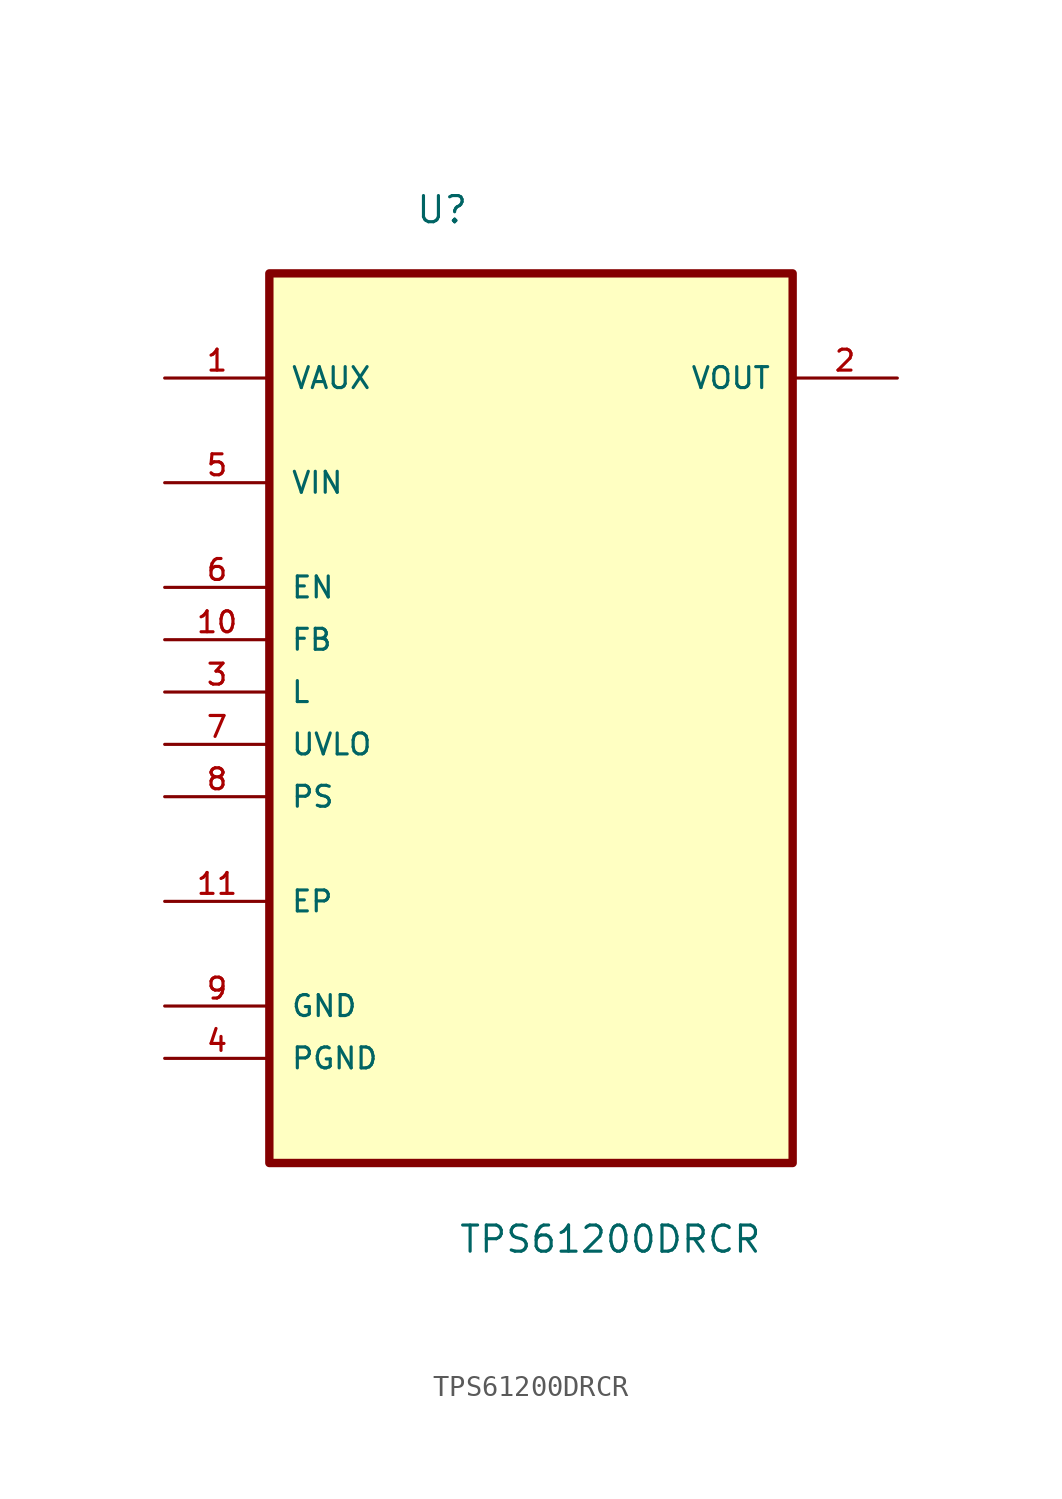
<source format=kicad_sym>
(kicad_symbol_lib
  (version 20211014)
  (generator kicad_symbol_editor)
  (symbol "TPS61200DRCR"
    (pin_names
      (offset 1.016))
    (property "Reference" "U"
      (at -5.622 20.124 0.0)
      (effects (font (size 1.27 1.27)) (justify bottom left)))
    (property "Value" "TPS61200DRCR"
      (at -3.539 -29.843 0.0)
      (effects (font (size 1.27 1.27)) (justify bottom left)))
    (symbol "TPS61200DRCR_0_0"
      (rectangle (start -12.7 -25.4) (end 12.7 17.78) (stroke (width 0.406)) (fill (type background)))
      (pin bidirectional line (at -17.78 12.7 0) (length 5.08) (name "VAUX" (effects (font (size 1.016 1.016)))) (number "1" (effects (font (size 1.016 1.016)))))
      (pin input line (at -17.78 7.62 0) (length 5.08) (name "VIN" (effects (font (size 1.016 1.016)))) (number "5" (effects (font (size 1.016 1.016)))))
      (pin input line (at -17.78 2.54 0) (length 5.08) (name "EN" (effects (font (size 1.016 1.016)))) (number "6" (effects (font (size 1.016 1.016)))))
      (pin input line (at -17.78 0.0 0) (length 5.08) (name "FB" (effects (font (size 1.016 1.016)))) (number "10" (effects (font (size 1.016 1.016)))))
      (pin input line (at -17.78 -2.54 0) (length 5.08) (name "L" (effects (font (size 1.016 1.016)))) (number "3" (effects (font (size 1.016 1.016)))))
      (pin input line (at -17.78 -5.08 0) (length 5.08) (name "UVLO" (effects (font (size 1.016 1.016)))) (number "7" (effects (font (size 1.016 1.016)))))
      (pin input line (at -17.78 -7.62 0) (length 5.08) (name "PS" (effects (font (size 1.016 1.016)))) (number "8" (effects (font (size 1.016 1.016)))))
      (pin passive line (at -17.78 -12.7 0) (length 5.08) (name "EP" (effects (font (size 1.016 1.016)))) (number "11" (effects (font (size 1.016 1.016)))))
      (pin passive line (at -17.78 -17.78 0) (length 5.08) (name "GND" (effects (font (size 1.016 1.016)))) (number "9" (effects (font (size 1.016 1.016)))))
      (pin passive line (at -17.78 -20.32 0) (length 5.08) (name "PGND" (effects (font (size 1.016 1.016)))) (number "4" (effects (font (size 1.016 1.016)))))
      (pin output line (at 17.78 12.7 180.0) (length 5.08) (name "VOUT" (effects (font (size 1.016 1.016)))) (number "2" (effects (font (size 1.016 1.016))))))))
</source>
